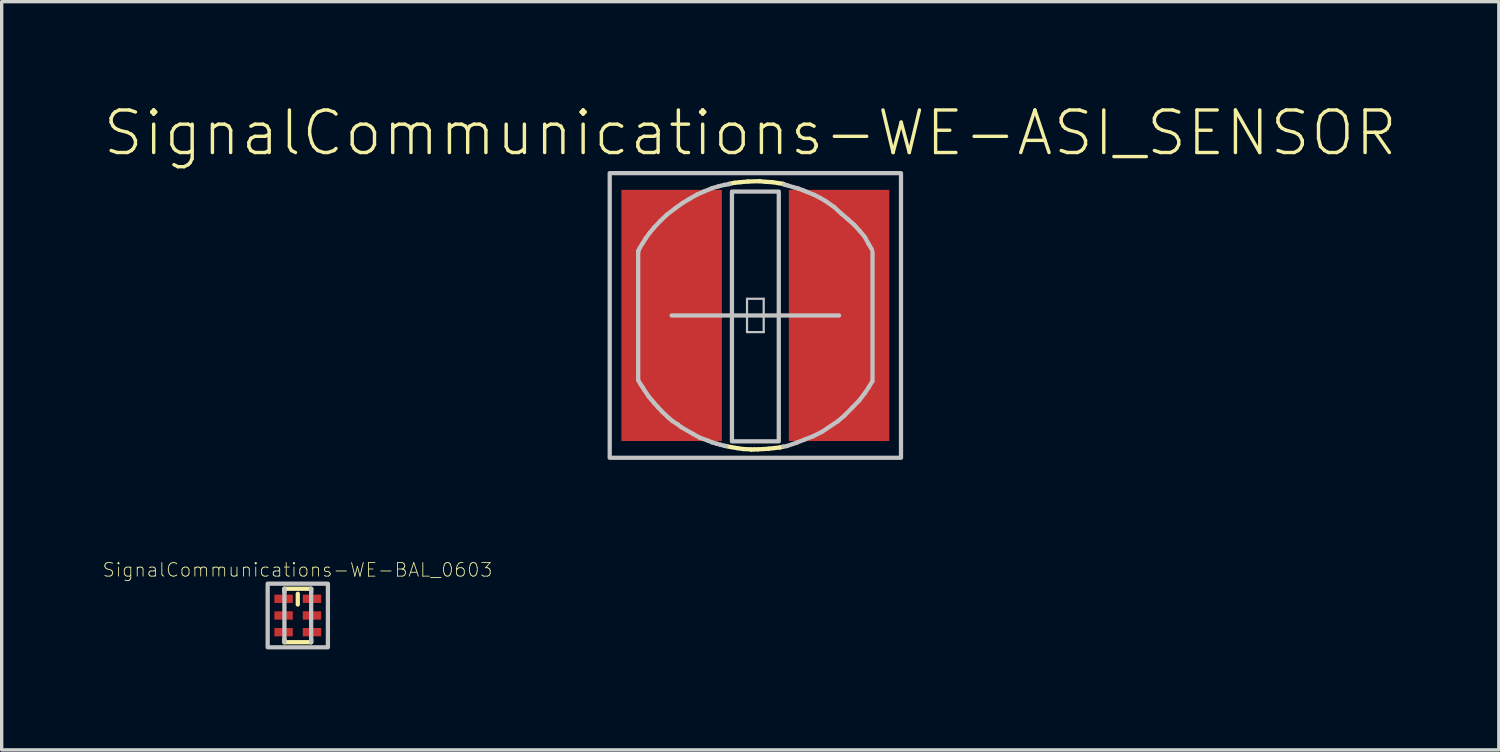
<source format=kicad_pcb>
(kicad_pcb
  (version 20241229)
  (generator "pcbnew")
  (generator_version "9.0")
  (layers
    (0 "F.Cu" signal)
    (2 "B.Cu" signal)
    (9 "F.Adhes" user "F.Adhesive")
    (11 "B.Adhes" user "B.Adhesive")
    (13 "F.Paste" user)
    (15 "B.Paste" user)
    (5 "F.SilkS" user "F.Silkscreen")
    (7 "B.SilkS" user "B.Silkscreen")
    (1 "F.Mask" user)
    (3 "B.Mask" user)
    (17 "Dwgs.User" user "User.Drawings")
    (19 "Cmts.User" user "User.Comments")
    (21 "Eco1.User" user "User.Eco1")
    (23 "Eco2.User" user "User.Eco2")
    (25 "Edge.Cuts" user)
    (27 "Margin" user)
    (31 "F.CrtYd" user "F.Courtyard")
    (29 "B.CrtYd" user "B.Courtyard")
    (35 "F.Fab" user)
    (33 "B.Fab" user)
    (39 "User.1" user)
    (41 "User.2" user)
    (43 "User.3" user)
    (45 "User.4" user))
  (footprint "SignalCommunications-WE-BAL_0603"
    (layer "F.Cu")
    (at 5.84 15.324)
    (property "Reference" "SignalCommunications-WE-BAL_0603" (at -0.008 -1.361 0) (layer "F.SilkS") (effects (font (size 0.406 0.406) (thickness 0.025))))
    (attr smd)
    (fp_line (start -0.399 -0.798) (end -0.399 -0.699) (stroke (width 0.127) (type solid)) (layer "F.SilkS"))
    (fp_line (start -0.399 -0.798) (end 0.399 -0.798) (stroke (width 0.127) (type solid)) (layer "F.SilkS"))
    (fp_line (start -0.399 0.798) (end -0.399 0.699) (stroke (width 0.127) (type solid)) (layer "F.SilkS"))
    (fp_line (start -0.399 0.798) (end 0.399 0.798) (stroke (width 0.127) (type solid)) (layer "F.SilkS"))
    (fp_line (start 0 -0.328) (end 0 -0.648) (stroke (width 0.127) (type solid)) (layer "F.SilkS"))
    (fp_line (start 0.399 -0.699) (end 0.399 -0.798) (stroke (width 0.127) (type solid)) (layer "F.SilkS"))
    (fp_line (start 0.399 0.699) (end 0.399 0.798) (stroke (width 0.127) (type solid)) (layer "F.SilkS"))
    (fp_line (start -0.399 0.798) (end -0.399 -0.798) (stroke (width 0.127) (type solid)) (layer "Dwgs.User"))
    (fp_line (start 0.399 0.798) (end 0.399 -0.798) (stroke (width 0.127) (type solid)) (layer "Dwgs.User"))
    (fp_poly (pts (xy -0.899 0.95) (xy -0.899 -0.95) (xy 0.899 -0.95) (xy 0.899 0.95) (xy -0.899 0.95)) (stroke (width 0.127) (type solid)) (fill no) (layer "Dwgs.User"))
    (pad "1" smd rect (at -0.424 -0.498 90) (size 0.249 0.549) (layers "F.Cu" "F.Mask" "F.Paste"))
    (pad "2" smd rect (at -0.424 0 90) (size 0.249 0.549) (layers "F.Cu" "F.Mask" "F.Paste"))
    (pad "3" smd rect (at -0.424 0.498 90) (size 0.249 0.549) (layers "F.Cu" "F.Mask" "F.Paste"))
    (pad "4" smd rect (at 0.424 0.498 90) (size 0.249 0.549) (layers "F.Cu" "F.Mask" "F.Paste"))
    (pad "5" smd rect (at 0.424 0 90) (size 0.249 0.549) (layers "F.Cu" "F.Mask" "F.Paste"))
    (pad "6" smd rect (at 0.424 -0.498 90) (size 0.249 0.549) (layers "F.Cu" "F.Mask" "F.Paste")))
  (footprint "SignalCommunications-WE-ASI_SENSOR"
    (layer "F.Cu")
    (at 19.5 6.367)
    (property "Reference" "SignalCommunications-WE-ASI_SENSOR" (at -0.152 -5.446 0) (layer "F.SilkS") (effects (font (size 1.27 1.27) (thickness 0.102))))
    (attr smd)
    (fp_line (start -0.889 3.899) (end -0.729 3.929) (stroke (width 0.127) (type solid)) (layer "F.SilkS"))
    (fp_line (start -0.79 -3.929) (end -0.62 -3.96) (stroke (width 0.127) (type solid)) (layer "F.SilkS"))
    (fp_line (start -0.729 3.929) (end -0.549 3.96) (stroke (width 0.127) (type solid)) (layer "F.SilkS"))
    (fp_line (start -0.62 -3.96) (end -0.45 -3.978) (stroke (width 0.127) (type solid)) (layer "F.SilkS"))
    (fp_line (start -0.549 3.96) (end -0.358 3.988) (stroke (width 0.127) (type solid)) (layer "F.SilkS"))
    (fp_line (start -0.45 -3.978) (end -0.218 -3.998) (stroke (width 0.127) (type solid)) (layer "F.SilkS"))
    (fp_line (start -0.358 3.988) (end -0.119 3.998) (stroke (width 0.127) (type solid)) (layer "F.SilkS"))
    (fp_line (start -0.218 -3.998) (end 0.119 -4.008) (stroke (width 0.127) (type solid)) (layer "F.SilkS"))
    (fp_line (start -0.13 4.008) (end -0.028 3.998) (stroke (width 0.127) (type solid)) (layer "F.SilkS"))
    (fp_line (start -0.028 3.998) (end 0.079 3.998) (stroke (width 0.127) (type solid)) (layer "F.SilkS"))
    (fp_line (start 0.079 3.998) (end 0.249 3.988) (stroke (width 0.127) (type solid)) (layer "F.SilkS"))
    (fp_line (start 0.119 -4.008) (end 0.318 -3.988) (stroke (width 0.127) (type solid)) (layer "F.SilkS"))
    (fp_line (start 0.249 3.988) (end 0.399 3.978) (stroke (width 0.127) (type solid)) (layer "F.SilkS"))
    (fp_line (start 0.318 -3.988) (end 0.518 -3.978) (stroke (width 0.127) (type solid)) (layer "F.SilkS"))
    (fp_line (start 0.399 3.978) (end 0.559 3.96) (stroke (width 0.127) (type solid)) (layer "F.SilkS"))
    (fp_line (start 0.518 -3.978) (end 0.688 -3.95) (stroke (width 0.127) (type solid)) (layer "F.SilkS"))
    (fp_line (start 0.559 3.96) (end 0.739 3.94) (stroke (width 0.127) (type solid)) (layer "F.SilkS"))
    (fp_line (start 0.688 -3.95) (end 0.828 -3.929) (stroke (width 0.127) (type solid)) (layer "F.SilkS"))
    (fp_line (start 0.739 3.94) (end 0.828 3.919) (stroke (width 0.127) (type solid)) (layer "F.SilkS"))
    (fp_line (start 0.828 -3.929) (end 0.889 -3.899) (stroke (width 0.127) (type solid)) (layer "F.SilkS"))
    (fp_line (start -3.498 -1.918) (end -3.498 -1.928) (stroke (width 0.127) (type solid)) (layer "Dwgs.User"))
    (fp_line (start -3.498 -1.918) (end -3.449 -2.019) (stroke (width 0.127) (type solid)) (layer "Dwgs.User"))
    (fp_line (start -3.498 1.928) (end -3.498 -1.918) (stroke (width 0.127) (type solid)) (layer "Dwgs.User"))
    (fp_line (start -3.49 1.948) (end -3.419 2.068) (stroke (width 0.127) (type solid)) (layer "Dwgs.User"))
    (fp_line (start -3.449 -2.019) (end -3.368 -2.149) (stroke (width 0.127) (type solid)) (layer "Dwgs.User"))
    (fp_line (start -3.409 2.078) (end -3.368 2.139) (stroke (width 0.127) (type solid)) (layer "Dwgs.User"))
    (fp_line (start -3.368 -2.149) (end -3.269 -2.309) (stroke (width 0.127) (type solid)) (layer "Dwgs.User"))
    (fp_line (start -3.368 2.139) (end -3.32 2.22) (stroke (width 0.127) (type solid)) (layer "Dwgs.User"))
    (fp_line (start -3.32 2.22) (end -3.178 2.428) (stroke (width 0.127) (type solid)) (layer "Dwgs.User"))
    (fp_line (start -3.269 -2.309) (end -3.16 -2.459) (stroke (width 0.127) (type solid)) (layer "Dwgs.User"))
    (fp_line (start -3.178 2.428) (end -3.099 2.52) (stroke (width 0.127) (type solid)) (layer "Dwgs.User"))
    (fp_line (start -3.16 -2.459) (end -3.018 -2.629) (stroke (width 0.127) (type solid)) (layer "Dwgs.User"))
    (fp_line (start -3.099 2.52) (end -3.018 2.619) (stroke (width 0.127) (type solid)) (layer "Dwgs.User"))
    (fp_line (start -3.018 -2.629) (end -2.84 -2.819) (stroke (width 0.127) (type solid)) (layer "Dwgs.User"))
    (fp_line (start -3.018 2.619) (end -2.908 2.738) (stroke (width 0.127) (type solid)) (layer "Dwgs.User"))
    (fp_line (start -2.908 2.738) (end -2.789 2.868) (stroke (width 0.127) (type solid)) (layer "Dwgs.User"))
    (fp_line (start -2.84 -2.819) (end -2.639 -3.01) (stroke (width 0.127) (type solid)) (layer "Dwgs.User"))
    (fp_line (start -2.789 2.868) (end -2.598 3.048) (stroke (width 0.127) (type solid)) (layer "Dwgs.User"))
    (fp_line (start -2.639 -3.01) (end -2.38 -3.208) (stroke (width 0.127) (type solid)) (layer "Dwgs.User"))
    (fp_line (start -2.598 3.048) (end -2.479 3.15) (stroke (width 0.127) (type solid)) (layer "Dwgs.User"))
    (fp_line (start -2.499 0) (end 2.499 0) (stroke (width 0.127) (type solid)) (layer "Dwgs.User"))
    (fp_line (start -2.479 3.15) (end -2.309 3.259) (stroke (width 0.127) (type solid)) (layer "Dwgs.User"))
    (fp_line (start -2.38 -3.208) (end -2.169 -3.358) (stroke (width 0.127) (type solid)) (layer "Dwgs.User"))
    (fp_line (start -2.309 3.259) (end -2.21 3.338) (stroke (width 0.127) (type solid)) (layer "Dwgs.User"))
    (fp_line (start -2.21 3.338) (end -1.859 3.538) (stroke (width 0.127) (type solid)) (layer "Dwgs.User"))
    (fp_line (start -2.169 -3.358) (end -1.968 -3.48) (stroke (width 0.127) (type solid)) (layer "Dwgs.User"))
    (fp_line (start -1.968 -3.48) (end -1.74 -3.609) (stroke (width 0.127) (type solid)) (layer "Dwgs.User"))
    (fp_line (start -1.859 3.538) (end -1.659 3.65) (stroke (width 0.127) (type solid)) (layer "Dwgs.User"))
    (fp_line (start -1.74 -3.609) (end -1.539 -3.698) (stroke (width 0.127) (type solid)) (layer "Dwgs.User"))
    (fp_line (start -1.659 3.65) (end -1.41 3.739) (stroke (width 0.127) (type solid)) (layer "Dwgs.User"))
    (fp_line (start -1.539 -3.698) (end -1.288 -3.8) (stroke (width 0.127) (type solid)) (layer "Dwgs.User"))
    (fp_line (start -1.41 3.739) (end -1.288 3.79) (stroke (width 0.127) (type solid)) (layer "Dwgs.User"))
    (fp_line (start -1.288 -3.8) (end -1.09 -3.858) (stroke (width 0.127) (type solid)) (layer "Dwgs.User"))
    (fp_line (start -1.288 3.79) (end -1.158 3.828) (stroke (width 0.127) (type solid)) (layer "Dwgs.User"))
    (fp_line (start -1.158 3.828) (end -1.049 3.858) (stroke (width 0.127) (type solid)) (layer "Dwgs.User"))
    (fp_line (start -1.09 -3.858) (end -0.919 -3.899) (stroke (width 0.127) (type solid)) (layer "Dwgs.User"))
    (fp_line (start -1.049 3.858) (end -0.93 3.889) (stroke (width 0.127) (type solid)) (layer "Dwgs.User"))
    (fp_line (start -0.93 3.889) (end -0.869 3.899) (stroke (width 0.127) (type solid)) (layer "Dwgs.User"))
    (fp_line (start -0.919 -3.899) (end -0.77 -3.919) (stroke (width 0.127) (type solid)) (layer "Dwgs.User"))
    (fp_line (start -0.249 -0.498) (end 0.249 -0.498) (stroke (width 0.066) (type solid)) (layer "Dwgs.User"))
    (fp_line (start -0.249 0.498) (end -0.249 -0.498) (stroke (width 0.066) (type solid)) (layer "Dwgs.User"))
    (fp_line (start -0.249 0.498) (end 0.249 0.498) (stroke (width 0.066) (type solid)) (layer "Dwgs.User"))
    (fp_line (start 0.249 0.498) (end 0.249 -0.498) (stroke (width 0.066) (type solid)) (layer "Dwgs.User"))
    (fp_line (start 0.94 3.899) (end 0.828 3.919) (stroke (width 0.127) (type solid)) (layer "Dwgs.User"))
    (fp_line (start 0.968 -3.879) (end 0.859 -3.909) (stroke (width 0.127) (type solid)) (layer "Dwgs.User"))
    (fp_line (start 1.138 -3.828) (end 0.968 -3.879) (stroke (width 0.127) (type solid)) (layer "Dwgs.User"))
    (fp_line (start 1.229 3.8) (end 0.94 3.899) (stroke (width 0.127) (type solid)) (layer "Dwgs.User"))
    (fp_line (start 1.278 -3.79) (end 1.138 -3.828) (stroke (width 0.127) (type solid)) (layer "Dwgs.User"))
    (fp_line (start 1.42 -3.739) (end 1.278 -3.79) (stroke (width 0.127) (type solid)) (layer "Dwgs.User"))
    (fp_line (start 1.488 3.698) (end 1.229 3.8) (stroke (width 0.127) (type solid)) (layer "Dwgs.User"))
    (fp_line (start 1.539 -3.688) (end 1.42 -3.739) (stroke (width 0.127) (type solid)) (layer "Dwgs.User"))
    (fp_line (start 1.72 3.609) (end 1.488 3.698) (stroke (width 0.127) (type solid)) (layer "Dwgs.User"))
    (fp_line (start 1.758 -3.599) (end 1.539 -3.688) (stroke (width 0.127) (type solid)) (layer "Dwgs.User"))
    (fp_line (start 1.938 -3.508) (end 1.758 -3.599) (stroke (width 0.127) (type solid)) (layer "Dwgs.User"))
    (fp_line (start 1.979 3.48) (end 1.72 3.609) (stroke (width 0.127) (type solid)) (layer "Dwgs.User"))
    (fp_line (start 2.088 -3.419) (end 1.938 -3.508) (stroke (width 0.127) (type solid)) (layer "Dwgs.User"))
    (fp_line (start 2.349 -3.239) (end 2.088 -3.419) (stroke (width 0.127) (type solid)) (layer "Dwgs.User"))
    (fp_line (start 2.459 3.16) (end 1.979 3.48) (stroke (width 0.127) (type solid)) (layer "Dwgs.User"))
    (fp_line (start 2.568 -3.038) (end 2.349 -3.239) (stroke (width 0.127) (type solid)) (layer "Dwgs.User"))
    (fp_line (start 2.659 2.99) (end 2.459 3.16) (stroke (width 0.127) (type solid)) (layer "Dwgs.User"))
    (fp_line (start 2.769 -2.868) (end 2.568 -3.038) (stroke (width 0.127) (type solid)) (layer "Dwgs.User"))
    (fp_line (start 2.888 2.758) (end 2.659 2.99) (stroke (width 0.127) (type solid)) (layer "Dwgs.User"))
    (fp_line (start 2.959 -2.697) (end 2.769 -2.868) (stroke (width 0.127) (type solid)) (layer "Dwgs.User"))
    (fp_line (start 3.099 2.54) (end 2.888 2.758) (stroke (width 0.127) (type solid)) (layer "Dwgs.User"))
    (fp_line (start 3.119 -2.52) (end 2.959 -2.697) (stroke (width 0.127) (type solid)) (layer "Dwgs.User"))
    (fp_line (start 3.269 -2.339) (end 3.119 -2.52) (stroke (width 0.127) (type solid)) (layer "Dwgs.User"))
    (fp_line (start 3.269 2.319) (end 3.099 2.54) (stroke (width 0.127) (type solid)) (layer "Dwgs.User"))
    (fp_line (start 3.378 -2.139) (end 3.269 -2.339) (stroke (width 0.127) (type solid)) (layer "Dwgs.User"))
    (fp_line (start 3.388 2.139) (end 3.269 2.319) (stroke (width 0.127) (type solid)) (layer "Dwgs.User"))
    (fp_line (start 3.48 -1.968) (end 3.378 -2.139) (stroke (width 0.127) (type solid)) (layer "Dwgs.User"))
    (fp_line (start 3.49 1.968) (end 3.388 2.139) (stroke (width 0.127) (type solid)) (layer "Dwgs.User"))
    (fp_line (start 3.498 1.958) (end 3.498 -1.9) (stroke (width 0.127) (type solid)) (layer "Dwgs.User"))
    (fp_poly (pts (xy -4.348 4.249) (xy -4.348 -4.249) (xy 4.348 -4.249) (xy 4.348 4.249) (xy -4.348 4.249)) (stroke (width 0.127) (type solid)) (fill no) (layer "Dwgs.User"))
    (fp_poly (pts (xy -0.699 -3.698) (xy 0.699 -3.698) (xy 0.699 3.759) (xy -0.699 3.759) (xy -0.699 -3.698)) (stroke (width 0.127) (type solid)) (fill no) (layer "Dwgs.User"))
    (pad "1" smd rect (at -2.499 0 90) (size 7.498 3) (layers "F.Cu" "F.Mask" "F.Paste"))
    (pad "2" smd rect (at 2.499 0 90) (size 7.498 3) (layers "F.Cu" "F.Mask" "F.Paste")))
  (gr_rect
    (start -3 -3)
    (end 41.695 19.337)
    (stroke (width 0.1) (type default))
    (fill no)
    (layer "Edge.Cuts")))
</source>
